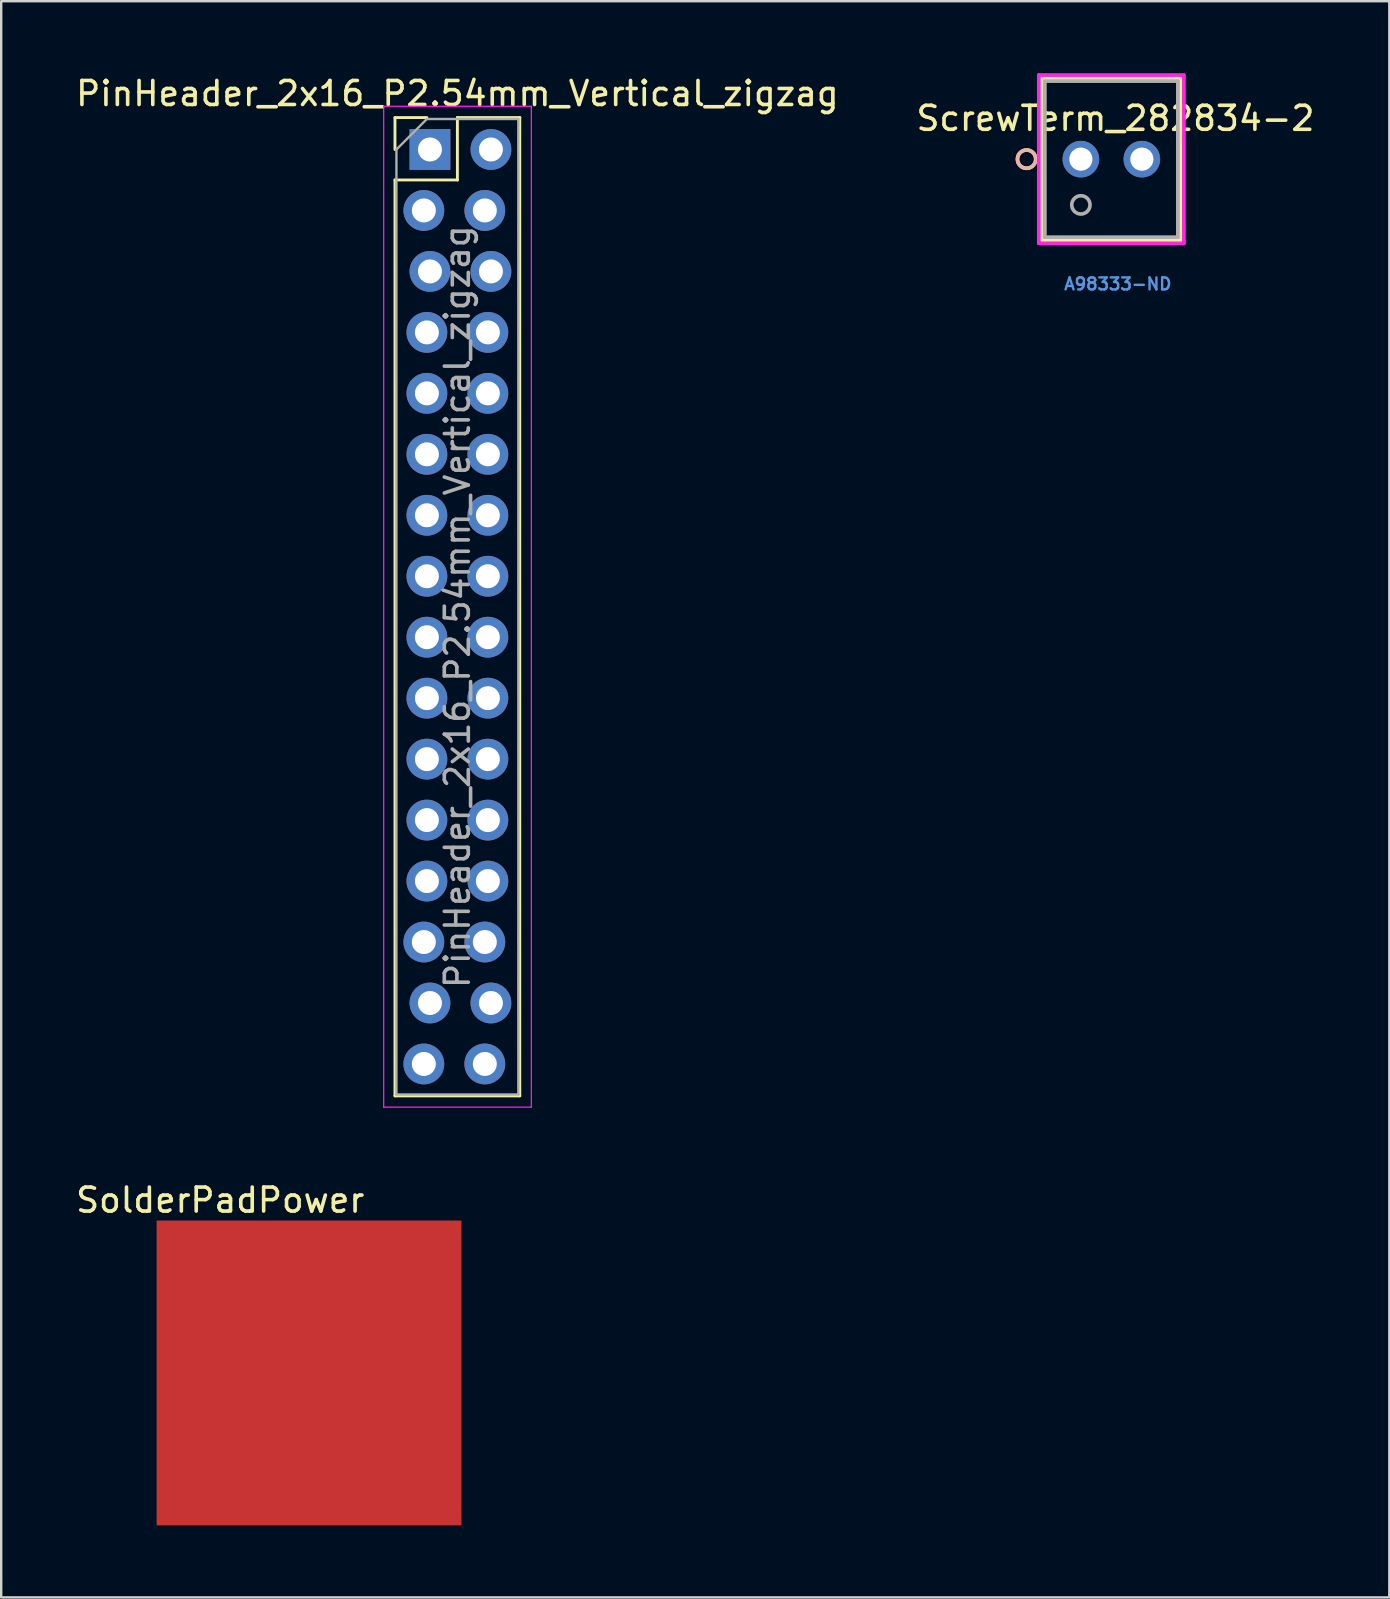
<source format=kicad_pcb>
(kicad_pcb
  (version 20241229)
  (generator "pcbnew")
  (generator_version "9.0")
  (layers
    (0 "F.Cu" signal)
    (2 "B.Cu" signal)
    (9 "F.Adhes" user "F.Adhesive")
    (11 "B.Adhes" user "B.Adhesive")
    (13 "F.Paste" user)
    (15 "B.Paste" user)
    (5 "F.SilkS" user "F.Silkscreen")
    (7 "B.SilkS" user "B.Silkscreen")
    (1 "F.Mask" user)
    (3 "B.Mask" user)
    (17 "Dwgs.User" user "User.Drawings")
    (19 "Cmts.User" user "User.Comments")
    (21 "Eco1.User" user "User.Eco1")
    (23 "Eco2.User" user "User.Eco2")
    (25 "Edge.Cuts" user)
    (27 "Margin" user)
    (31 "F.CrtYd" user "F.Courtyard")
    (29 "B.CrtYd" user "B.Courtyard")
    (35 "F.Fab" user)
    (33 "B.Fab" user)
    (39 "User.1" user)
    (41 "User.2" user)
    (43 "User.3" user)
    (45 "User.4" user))
  (footprint "ScrewTerm_282834-2"
    (layer "F.Cu")
    (at 44.523 3.581)
    (property "Reference" "ScrewTerm_282834-2" (at -1.1 -1.7 0) (layer "F.SilkS") (effects (font (size 1 1) (thickness 0.15))))
    (attr through_hole)
    (fp_line (start -4.166 -3.378) (end -4.166 3.378) (stroke (width 0.152) (type solid)) (layer "F.SilkS"))
    (fp_line (start -4.166 3.378) (end 1.626 3.378) (stroke (width 0.152) (type solid)) (layer "F.SilkS"))
    (fp_line (start 1.626 -3.378) (end -4.166 -3.378) (stroke (width 0.152) (type solid)) (layer "F.SilkS"))
    (fp_line (start 1.626 3.378) (end 1.626 -3.378) (stroke (width 0.152) (type solid)) (layer "F.SilkS"))
    (fp_circle (center -4.801 0) (end -4.42 0) (stroke (width 0.152) (type solid)) (fill no) (layer "F.SilkS"))
    (fp_circle (center -4.801 0) (end -4.42 0) (stroke (width 0.152) (type solid)) (fill no) (layer "B.SilkS"))
    (fp_line (start -4.293 -3.505) (end -4.293 3.505) (stroke (width 0.152) (type solid)) (layer "F.CrtYd"))
    (fp_line (start -4.293 3.505) (end 1.753 3.505) (stroke (width 0.152) (type solid)) (layer "F.CrtYd"))
    (fp_line (start 1.753 -3.505) (end -4.293 -3.505) (stroke (width 0.152) (type solid)) (layer "F.CrtYd"))
    (fp_line (start 1.753 3.505) (end 1.753 -3.505) (stroke (width 0.152) (type solid)) (layer "F.CrtYd"))
    (fp_line (start -4.039 -3.251) (end -4.039 3.251) (stroke (width 0.152) (type solid)) (layer "F.Fab"))
    (fp_line (start -4.039 3.251) (end 1.499 3.251) (stroke (width 0.152) (type solid)) (layer "F.Fab"))
    (fp_line (start 1.499 -3.251) (end -4.039 -3.251) (stroke (width 0.152) (type solid)) (layer "F.Fab"))
    (fp_line (start 1.499 3.251) (end 1.499 -3.251) (stroke (width 0.152) (type solid)) (layer "F.Fab"))
    (fp_circle (center -2.54 1.905) (end -2.159 1.905) (stroke (width 0.152) (type solid)) (fill no) (layer "F.Fab"))
    (fp_text user "A98333-ND" (at -1 5.2 0) (layer "Cmts.User") (effects (font (size 0.5 0.5) (thickness 0.1))))
    (pad "1" thru_hole circle (at -2.54 0) (size 1.524 1.524) (drill 0.965) (layers "*.Cu" "*.Mask"))
    (pad "2" thru_hole circle (at 0 0) (size 1.524 1.524) (drill 0.965) (layers "*.Cu" "*.Mask")))
  (footprint "SolderPadPower"
    (layer "F.Cu")
    (at 9.825 54.151)
    (property "Reference" "SolderPadPower" (at -3.7 -7.2 0) (layer "F.SilkS") (effects (font (size 1 1) (thickness 0.15))))
    (attr through_hole)
    (pad "1" smd rect (at 0 0) (size 12.7 12.7) (layers "F.Cu" "F.Mask" "F.Paste")))
  (footprint "PinHeader_2x16_P2.54mm_Vertical_zigzag"
    (layer "F.Cu")
    (at 14.736 3.178)
    (property "Reference" "PinHeader_2x16_P2.54mm_Vertical_zigzag" (at 1.27 -2.33 0) (layer "F.SilkS") (effects (font (size 1 1) (thickness 0.15))))
    (attr through_hole)
    (fp_line (start -1.33 -1.33) (end 0 -1.33) (stroke (width 0.12) (type solid)) (layer "F.SilkS"))
    (fp_line (start -1.33 0) (end -1.33 -1.33) (stroke (width 0.12) (type solid)) (layer "F.SilkS"))
    (fp_line (start -1.33 1.27) (end -1.33 39.43) (stroke (width 0.12) (type solid)) (layer "F.SilkS"))
    (fp_line (start -1.33 1.27) (end 1.27 1.27) (stroke (width 0.12) (type solid)) (layer "F.SilkS"))
    (fp_line (start -1.33 39.43) (end 3.87 39.43) (stroke (width 0.12) (type solid)) (layer "F.SilkS"))
    (fp_line (start 1.27 -1.33) (end 3.87 -1.33) (stroke (width 0.12) (type solid)) (layer "F.SilkS"))
    (fp_line (start 1.27 1.27) (end 1.27 -1.33) (stroke (width 0.12) (type solid)) (layer "F.SilkS"))
    (fp_line (start 3.87 -1.33) (end 3.87 39.43) (stroke (width 0.12) (type solid)) (layer "F.SilkS"))
    (fp_line (start -1.8 -1.8) (end -1.8 39.9) (stroke (width 0.05) (type solid)) (layer "F.CrtYd"))
    (fp_line (start -1.8 39.9) (end 4.35 39.9) (stroke (width 0.05) (type solid)) (layer "F.CrtYd"))
    (fp_line (start 4.35 -1.8) (end -1.8 -1.8) (stroke (width 0.05) (type solid)) (layer "F.CrtYd"))
    (fp_line (start 4.35 39.9) (end 4.35 -1.8) (stroke (width 0.05) (type solid)) (layer "F.CrtYd"))
    (fp_line (start -1.27 0) (end 0 -1.27) (stroke (width 0.1) (type solid)) (layer "F.Fab"))
    (fp_line (start -1.27 39.37) (end -1.27 0) (stroke (width 0.1) (type solid)) (layer "F.Fab"))
    (fp_line (start 0 -1.27) (end 3.81 -1.27) (stroke (width 0.1) (type solid)) (layer "F.Fab"))
    (fp_line (start 3.81 -1.27) (end 3.81 39.37) (stroke (width 0.1) (type solid)) (layer "F.Fab"))
    (fp_line (start 3.81 39.37) (end -1.27 39.37) (stroke (width 0.1) (type solid)) (layer "F.Fab"))
    (fp_text user "${REFERENCE}" (at 1.27 19.05 90) (layer "F.Fab") (effects (font (size 1 1) (thickness 0.15))))
    (pad "1" thru_hole rect (at 0.127 0) (size 1.7 1.7) (drill 1) (layers "*.Cu" "*.Mask"))
    (pad "2" thru_hole oval (at 2.667 0) (size 1.7 1.7) (drill 1) (layers "*.Cu" "*.Mask"))
    (pad "3" thru_hole oval (at -0.127 2.54) (size 1.7 1.7) (drill 1) (layers "*.Cu" "*.Mask"))
    (pad "4" thru_hole oval (at 2.413 2.54) (size 1.7 1.7) (drill 1) (layers "*.Cu" "*.Mask"))
    (pad "5" thru_hole oval (at 0.127 5.08) (size 1.7 1.7) (drill 1) (layers "*.Cu" "*.Mask"))
    (pad "6" thru_hole oval (at 2.667 5.08) (size 1.7 1.7) (drill 1) (layers "*.Cu" "*.Mask"))
    (pad "7" thru_hole oval (at 0 7.62) (size 1.7 1.7) (drill 1) (layers "*.Cu" "*.Mask"))
    (pad "8" thru_hole oval (at 2.54 7.62) (size 1.7 1.7) (drill 1) (layers "*.Cu" "*.Mask"))
    (pad "9" thru_hole oval (at 0 10.16) (size 1.7 1.7) (drill 1) (layers "*.Cu" "*.Mask"))
    (pad "10" thru_hole oval (at 2.54 10.16) (size 1.7 1.7) (drill 1) (layers "*.Cu" "*.Mask"))
    (pad "11" thru_hole oval (at 0 12.7) (size 1.7 1.7) (drill 1) (layers "*.Cu" "*.Mask"))
    (pad "12" thru_hole oval (at 2.54 12.7) (size 1.7 1.7) (drill 1) (layers "*.Cu" "*.Mask"))
    (pad "13" thru_hole oval (at 0 15.24) (size 1.7 1.7) (drill 1) (layers "*.Cu" "*.Mask"))
    (pad "14" thru_hole oval (at 2.54 15.24) (size 1.7 1.7) (drill 1) (layers "*.Cu" "*.Mask"))
    (pad "15" thru_hole oval (at 0 17.78) (size 1.7 1.7) (drill 1) (layers "*.Cu" "*.Mask"))
    (pad "16" thru_hole oval (at 2.54 17.78) (size 1.7 1.7) (drill 1) (layers "*.Cu" "*.Mask"))
    (pad "17" thru_hole oval (at 0 20.32) (size 1.7 1.7) (drill 1) (layers "*.Cu" "*.Mask"))
    (pad "18" thru_hole oval (at 2.54 20.32) (size 1.7 1.7) (drill 1) (layers "*.Cu" "*.Mask"))
    (pad "19" thru_hole oval (at 0 22.86) (size 1.7 1.7) (drill 1) (layers "*.Cu" "*.Mask"))
    (pad "20" thru_hole oval (at 2.54 22.86) (size 1.7 1.7) (drill 1) (layers "*.Cu" "*.Mask"))
    (pad "21" thru_hole oval (at 0 25.4) (size 1.7 1.7) (drill 1) (layers "*.Cu" "*.Mask"))
    (pad "22" thru_hole oval (at 2.54 25.4) (size 1.7 1.7) (drill 1) (layers "*.Cu" "*.Mask"))
    (pad "23" thru_hole oval (at 0 27.94) (size 1.7 1.7) (drill 1) (layers "*.Cu" "*.Mask"))
    (pad "24" thru_hole oval (at 2.54 27.94) (size 1.7 1.7) (drill 1) (layers "*.Cu" "*.Mask"))
    (pad "25" thru_hole oval (at 0 30.48) (size 1.7 1.7) (drill 1) (layers "*.Cu" "*.Mask"))
    (pad "26" thru_hole oval (at 2.54 30.48) (size 1.7 1.7) (drill 1) (layers "*.Cu" "*.Mask"))
    (pad "27" thru_hole oval (at -0.127 33.02) (size 1.7 1.7) (drill 1) (layers "*.Cu" "*.Mask"))
    (pad "28" thru_hole oval (at 2.413 33.02) (size 1.7 1.7) (drill 1) (layers "*.Cu" "*.Mask"))
    (pad "29" thru_hole oval (at 0.127 35.56) (size 1.7 1.7) (drill 1) (layers "*.Cu" "*.Mask"))
    (pad "30" thru_hole oval (at 2.667 35.56) (size 1.7 1.7) (drill 1) (layers "*.Cu" "*.Mask"))
    (pad "31" thru_hole oval (at -0.127 38.1) (size 1.7 1.7) (drill 1) (layers "*.Cu" "*.Mask"))
    (pad "32" thru_hole oval (at 2.413 38.1) (size 1.7 1.7) (drill 1) (layers "*.Cu" "*.Mask")))
  (gr_rect
    (start -3 -3)
    (end 54.833 63.502)
    (stroke (width 0.1) (type default))
    (fill no)
    (layer "Edge.Cuts")))
</source>
